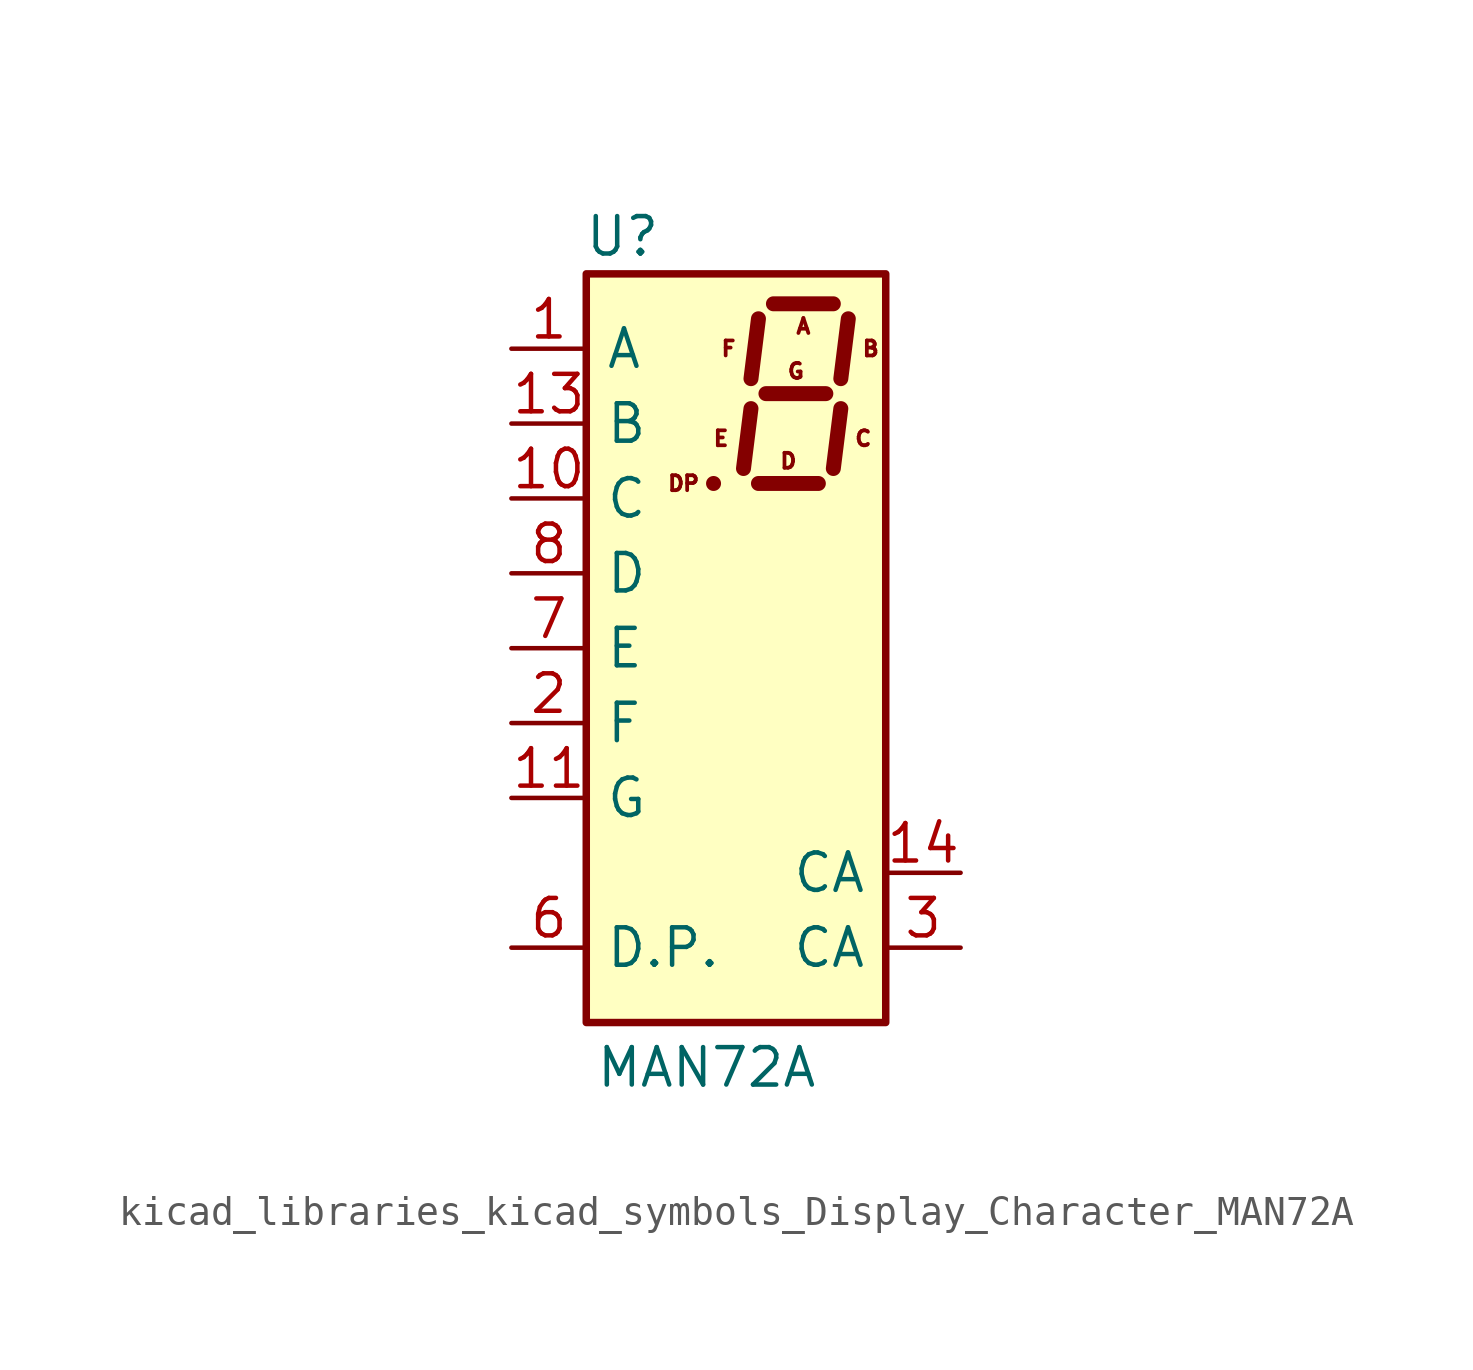
<source format=kicad_sym>
(kicad_symbol_lib
  (version 20220914)
  (generator kicad_symbol_editor)
  (symbol "kicad_libraries_kicad_symbols_Display_Character_MAN72A"
    (pin_names
      (offset 0.635))
    (property "Reference" "U"
      (at -2.54 13.97 0)
      (effects (font (size 1.27 1.27)) (justify right)))
    (property "Value" "MAN72A"
      (at 2.794 -14.224 0)
      (effects (font (size 1.27 1.27)) (justify right)))
    (symbol "kicad_libraries_kicad_symbols_Display_Character_MAN72A_0_0"
      (text "A" (at 2.286 10.922 0) (effects (font (size 0.508 0.508))))
      (text "B" (at 4.572 10.16 0) (effects (font (size 0.508 0.508))))
      (text "C" (at 4.318 7.112 0) (effects (font (size 0.508 0.508))))
      (text "D" (at 1.778 6.35 0) (effects (font (size 0.508 0.508))))
      (text "DP" (at -1.778 5.588 0) (effects (font (size 0.508 0.508))))
      (text "E" (at -0.508 7.112 0) (effects (font (size 0.508 0.508))))
      (text "F" (at -0.254 10.16 0) (effects (font (size 0.508 0.508))))
      (text "G" (at 2.032 9.398 0) (effects (font (size 0.508 0.508)))))
    (symbol "kicad_libraries_kicad_symbols_Display_Character_MAN72A_0_1"
      (rectangle (start -5.08 12.7) (end 5.08 -12.7) (stroke (width 0.254) (type default)) (fill (type background)))
      (polyline (pts (xy -0.762 5.588) (xy -0.762 5.588)) (stroke (width 0.508) (type default)) (fill (type none)))
      (polyline (pts (xy 0.508 8.128) (xy 0.254 6.096)) (stroke (width 0.508) (type default)) (fill (type none)))
      (polyline (pts (xy 0.762 5.588) (xy 2.794 5.588)) (stroke (width 0.508) (type default)) (fill (type none)))
      (polyline (pts (xy 0.762 11.176) (xy 0.508 9.144)) (stroke (width 0.508) (type default)) (fill (type none)))
      (polyline (pts (xy 1.016 8.636) (xy 3.048 8.636)) (stroke (width 0.508) (type default)) (fill (type none)))
      (polyline (pts (xy 1.27 11.684) (xy 3.302 11.684)) (stroke (width 0.508) (type default)) (fill (type none)))
      (polyline (pts (xy 3.556 8.128) (xy 3.302 6.096)) (stroke (width 0.508) (type default)) (fill (type none)))
      (polyline (pts (xy 3.81 11.176) (xy 3.556 9.144)) (stroke (width 0.508) (type default)) (fill (type none))))
    (symbol "kicad_libraries_kicad_symbols_Display_Character_MAN72A_1_1"
      (pin input line (at -7.62 10.16 0) (length 2.54) (name "A" (effects (font (size 1.27 1.27)))) (number "1" (effects (font (size 1.27 1.27)))))
      (pin input line (at -7.62 5.08 0) (length 2.54) (name "C" (effects (font (size 1.27 1.27)))) (number "10" (effects (font (size 1.27 1.27)))))
      (pin input line (at -7.62 -5.08 0) (length 2.54) (name "G" (effects (font (size 1.27 1.27)))) (number "11" (effects (font (size 1.27 1.27)))))
      (pin no_connect line (at 5.08 -5.08 180) (length 2.54) hide (name "NC" (effects (font (size 1.27 1.27)))) (number "12" (effects (font (size 1.27 1.27)))))
      (pin input line (at -7.62 7.62 0) (length 2.54) (name "B" (effects (font (size 1.27 1.27)))) (number "13" (effects (font (size 1.27 1.27)))))
      (pin input line (at 7.62 -7.62 180) (length 2.54) (name "CA" (effects (font (size 1.27 1.27)))) (number "14" (effects (font (size 1.27 1.27)))))
      (pin input line (at -7.62 -2.54 0) (length 2.54) (name "F" (effects (font (size 1.27 1.27)))) (number "2" (effects (font (size 1.27 1.27)))))
      (pin input line (at 7.62 -10.16 180) (length 2.54) (name "CA" (effects (font (size 1.27 1.27)))) (number "3" (effects (font (size 1.27 1.27)))))
      (pin no_connect line (at 5.08 2.54 180) (length 2.54) hide (name "NC" (effects (font (size 1.27 1.27)))) (number "4" (effects (font (size 1.27 1.27)))))
      (pin no_connect line (at 5.08 0 180) (length 2.54) hide (name "NC" (effects (font (size 1.27 1.27)))) (number "5" (effects (font (size 1.27 1.27)))))
      (pin input line (at -7.62 -10.16 0) (length 2.54) (name "D.P." (effects (font (size 1.27 1.27)))) (number "6" (effects (font (size 1.27 1.27)))))
      (pin input line (at -7.62 0 0) (length 2.54) (name "E" (effects (font (size 1.27 1.27)))) (number "7" (effects (font (size 1.27 1.27)))))
      (pin input line (at -7.62 2.54 0) (length 2.54) (name "D" (effects (font (size 1.27 1.27)))) (number "8" (effects (font (size 1.27 1.27)))))
      (pin no_connect line (at 5.08 -2.54 180) (length 2.54) hide (name "NC" (effects (font (size 1.27 1.27)))) (number "9" (effects (font (size 1.27 1.27))))))))
</source>
